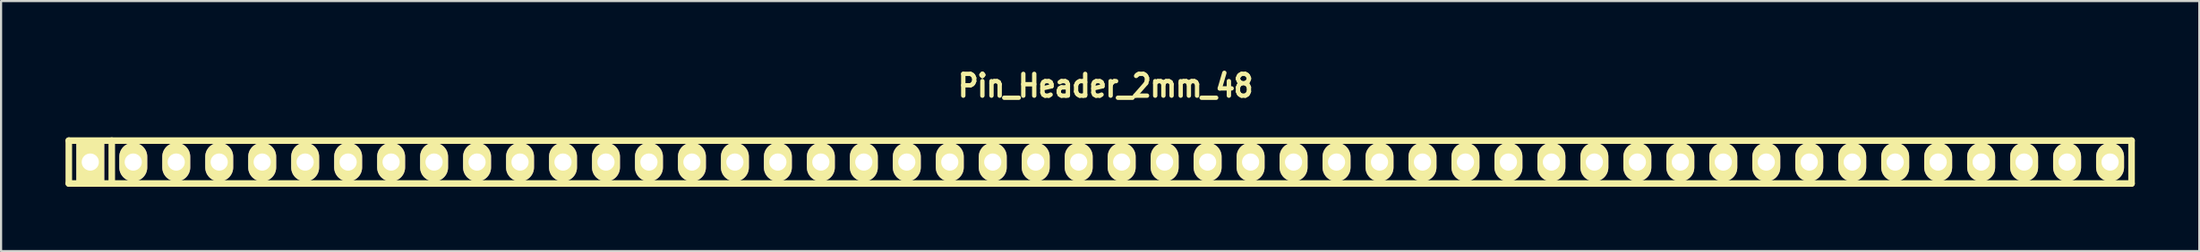
<source format=kicad_pcb>
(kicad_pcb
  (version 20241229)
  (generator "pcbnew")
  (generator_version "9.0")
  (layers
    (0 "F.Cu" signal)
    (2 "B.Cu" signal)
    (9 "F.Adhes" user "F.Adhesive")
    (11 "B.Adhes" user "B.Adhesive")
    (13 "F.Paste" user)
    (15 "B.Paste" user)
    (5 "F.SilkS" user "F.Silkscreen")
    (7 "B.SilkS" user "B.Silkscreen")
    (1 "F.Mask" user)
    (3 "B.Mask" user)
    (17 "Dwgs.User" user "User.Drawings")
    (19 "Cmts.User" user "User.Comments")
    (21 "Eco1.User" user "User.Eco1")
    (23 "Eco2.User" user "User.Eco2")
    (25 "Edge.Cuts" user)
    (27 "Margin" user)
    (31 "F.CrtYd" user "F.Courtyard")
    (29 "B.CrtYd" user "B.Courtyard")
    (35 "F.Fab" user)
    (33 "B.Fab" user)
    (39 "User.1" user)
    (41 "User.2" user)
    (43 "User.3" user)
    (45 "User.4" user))
  (footprint "Pin_Header_2mm_48"
    (layer "F.Cu")
    (at 48.152 4.507)
    (property "Reference" "Pin_Header_2mm_48" (at 0.254 -3.556 0) (layer "F.SilkS") (effects (font (size 1.016 0.889) (thickness 0.203))))
    (attr through_hole)
    (fp_line (start -48 -1) (end 48 -1) (stroke (width 0.305) (type solid)) (layer "F.SilkS"))
    (fp_line (start -48 1) (end -48 -1) (stroke (width 0.305) (type solid)) (layer "F.SilkS"))
    (fp_line (start -46 -1) (end -46 1) (stroke (width 0.305) (type solid)) (layer "F.SilkS"))
    (fp_line (start 48 -1) (end 48 1) (stroke (width 0.305) (type solid)) (layer "F.SilkS"))
    (fp_line (start 48 1) (end -48 1) (stroke (width 0.305) (type solid)) (layer "F.SilkS"))
    (pad "1" thru_hole rect (at -47 0) (size 1.3 1.8) (drill 0.8) (layers "*.Cu" "*.Mask" "F.SilkS"))
    (pad "2" thru_hole oval (at -45 0) (size 1.3 1.8) (drill 0.8) (layers "*.Cu" "*.Mask" "F.SilkS"))
    (pad "3" thru_hole oval (at -43 0) (size 1.3 1.8) (drill 0.8) (layers "*.Cu" "*.Mask" "F.SilkS"))
    (pad "4" thru_hole oval (at -41 0) (size 1.3 1.8) (drill 0.8) (layers "*.Cu" "*.Mask" "F.SilkS"))
    (pad "5" thru_hole oval (at -39 0) (size 1.3 1.8) (drill 0.8) (layers "*.Cu" "*.Mask" "F.SilkS"))
    (pad "6" thru_hole oval (at -37 0) (size 1.3 1.8) (drill 0.8) (layers "*.Cu" "*.Mask" "F.SilkS"))
    (pad "7" thru_hole oval (at -35 0) (size 1.3 1.8) (drill 0.8) (layers "*.Cu" "*.Mask" "F.SilkS"))
    (pad "8" thru_hole oval (at -33 0) (size 1.3 1.8) (drill 0.8) (layers "*.Cu" "*.Mask" "F.SilkS"))
    (pad "9" thru_hole oval (at -31 0) (size 1.3 1.8) (drill 0.8) (layers "*.Cu" "*.Mask" "F.SilkS"))
    (pad "10" thru_hole oval (at -29 0) (size 1.3 1.8) (drill 0.8) (layers "*.Cu" "*.Mask" "F.SilkS"))
    (pad "11" thru_hole oval (at -27 0) (size 1.3 1.8) (drill 0.8) (layers "*.Cu" "*.Mask" "F.SilkS"))
    (pad "12" thru_hole oval (at -25 0) (size 1.3 1.8) (drill 0.8) (layers "*.Cu" "*.Mask" "F.SilkS"))
    (pad "13" thru_hole oval (at -23 0) (size 1.3 1.8) (drill 0.8) (layers "*.Cu" "*.Mask" "F.SilkS"))
    (pad "14" thru_hole oval (at -21 0) (size 1.3 1.8) (drill 0.8) (layers "*.Cu" "*.Mask" "F.SilkS"))
    (pad "15" thru_hole oval (at -19 0) (size 1.3 1.8) (drill 0.8) (layers "*.Cu" "*.Mask" "F.SilkS"))
    (pad "16" thru_hole oval (at -17 0) (size 1.3 1.8) (drill 0.8) (layers "*.Cu" "*.Mask" "F.SilkS"))
    (pad "17" thru_hole oval (at -15 0) (size 1.3 1.8) (drill 0.8) (layers "*.Cu" "*.Mask" "F.SilkS"))
    (pad "18" thru_hole oval (at -13 0) (size 1.3 1.8) (drill 0.8) (layers "*.Cu" "*.Mask" "F.SilkS"))
    (pad "19" thru_hole oval (at -11 0) (size 1.3 1.8) (drill 0.8) (layers "*.Cu" "*.Mask" "F.SilkS"))
    (pad "20" thru_hole oval (at -9 0) (size 1.3 1.8) (drill 0.8) (layers "*.Cu" "*.Mask" "F.SilkS"))
    (pad "21" thru_hole oval (at -7 0) (size 1.3 1.8) (drill 0.8) (layers "*.Cu" "*.Mask" "F.SilkS"))
    (pad "22" thru_hole oval (at -5 0) (size 1.3 1.8) (drill 0.8) (layers "*.Cu" "*.Mask" "F.SilkS"))
    (pad "23" thru_hole oval (at -3 0) (size 1.3 1.8) (drill 0.8) (layers "*.Cu" "*.Mask" "F.SilkS"))
    (pad "24" thru_hole oval (at -1 0) (size 1.3 1.8) (drill 0.8) (layers "*.Cu" "*.Mask" "F.SilkS"))
    (pad "25" thru_hole oval (at 1 0) (size 1.3 1.8) (drill 0.8) (layers "*.Cu" "*.Mask" "F.SilkS"))
    (pad "26" thru_hole oval (at 3 0) (size 1.3 1.8) (drill 0.8) (layers "*.Cu" "*.Mask" "F.SilkS"))
    (pad "27" thru_hole oval (at 5 0) (size 1.3 1.8) (drill 0.8) (layers "*.Cu" "*.Mask" "F.SilkS"))
    (pad "28" thru_hole oval (at 7 0) (size 1.3 1.8) (drill 0.8) (layers "*.Cu" "*.Mask" "F.SilkS"))
    (pad "29" thru_hole oval (at 9 0) (size 1.3 1.8) (drill 0.8) (layers "*.Cu" "*.Mask" "F.SilkS"))
    (pad "30" thru_hole oval (at 11 0) (size 1.3 1.8) (drill 0.8) (layers "*.Cu" "*.Mask" "F.SilkS"))
    (pad "31" thru_hole oval (at 13 0) (size 1.3 1.8) (drill 0.8) (layers "*.Cu" "*.Mask" "F.SilkS"))
    (pad "32" thru_hole oval (at 15 0) (size 1.3 1.8) (drill 0.8) (layers "*.Cu" "*.Mask" "F.SilkS"))
    (pad "33" thru_hole oval (at 17 0) (size 1.3 1.8) (drill 0.8) (layers "*.Cu" "*.Mask" "F.SilkS"))
    (pad "34" thru_hole oval (at 19 0) (size 1.3 1.8) (drill 0.8) (layers "*.Cu" "*.Mask" "F.SilkS"))
    (pad "35" thru_hole oval (at 21 0) (size 1.3 1.8) (drill 0.8) (layers "*.Cu" "*.Mask" "F.SilkS"))
    (pad "36" thru_hole oval (at 23 0) (size 1.3 1.8) (drill 0.8) (layers "*.Cu" "*.Mask" "F.SilkS"))
    (pad "37" thru_hole oval (at 25 0) (size 1.3 1.8) (drill 0.8) (layers "*.Cu" "*.Mask" "F.SilkS"))
    (pad "38" thru_hole oval (at 27 0) (size 1.3 1.8) (drill 0.8) (layers "*.Cu" "*.Mask" "F.SilkS"))
    (pad "39" thru_hole oval (at 29 0) (size 1.3 1.8) (drill 0.8) (layers "*.Cu" "*.Mask" "F.SilkS"))
    (pad "40" thru_hole oval (at 31 0) (size 1.3 1.8) (drill 0.8) (layers "*.Cu" "*.Mask" "F.SilkS"))
    (pad "41" thru_hole oval (at 33 0) (size 1.3 1.8) (drill 0.8) (layers "*.Cu" "*.Mask" "F.SilkS"))
    (pad "42" thru_hole oval (at 35 0) (size 1.3 1.8) (drill 0.8) (layers "*.Cu" "*.Mask" "F.SilkS"))
    (pad "43" thru_hole oval (at 37 0) (size 1.3 1.8) (drill 0.8) (layers "*.Cu" "*.Mask" "F.SilkS"))
    (pad "44" thru_hole oval (at 39 0) (size 1.3 1.8) (drill 0.8) (layers "*.Cu" "*.Mask" "F.SilkS"))
    (pad "45" thru_hole oval (at 41 0) (size 1.3 1.8) (drill 0.8) (layers "*.Cu" "*.Mask" "F.SilkS"))
    (pad "46" thru_hole oval (at 43 0) (size 1.3 1.8) (drill 0.8) (layers "*.Cu" "*.Mask" "F.SilkS"))
    (pad "47" thru_hole oval (at 45 0) (size 1.3 1.8) (drill 0.8) (layers "*.Cu" "*.Mask" "F.SilkS"))
    (pad "48" thru_hole oval (at 47 0) (size 1.3 1.8) (drill 0.8) (layers "*.Cu" "*.Mask" "F.SilkS")))
  (gr_rect
    (start -3 -3)
    (end 99.305 8.659)
    (stroke (width 0.1) (type default))
    (fill no)
    (layer "Edge.Cuts")))
</source>
